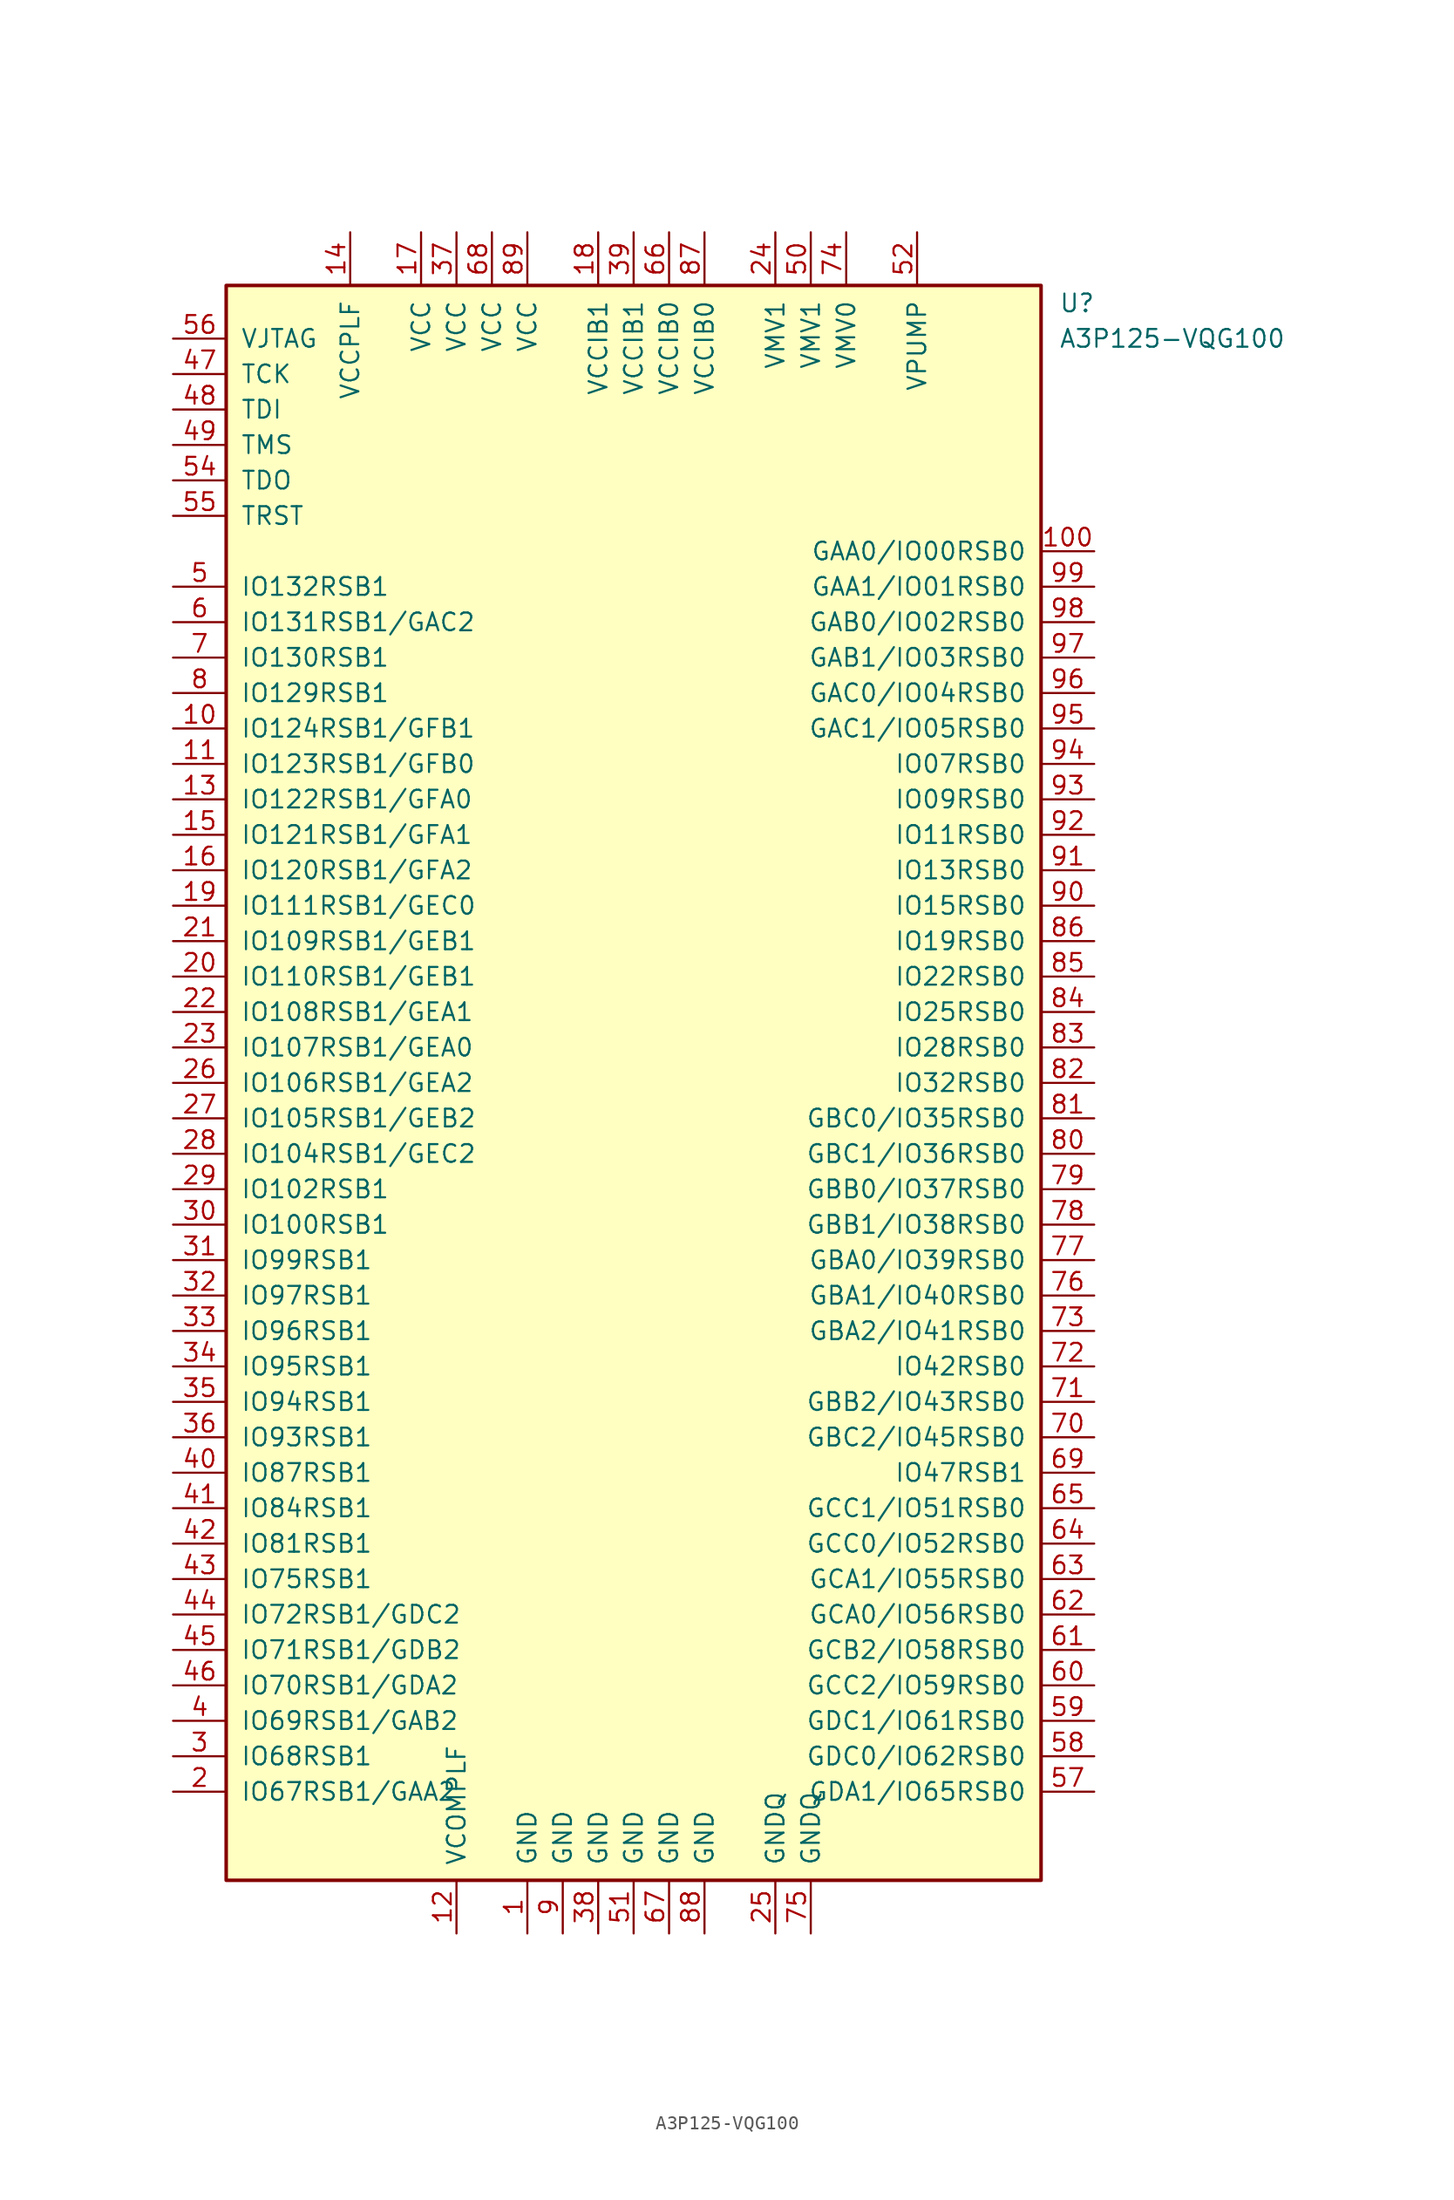
<source format=kicad_sym>
(kicad_symbol_lib
  (version 20201005)
  (generator kicad_symbol_editor)
  (symbol "FPGA_Microsemi:A3P125-VQG100"
    (pin_names
      (offset 1.016))
    (property "Reference" "U"
      (at 30.48 55.88 0)
      (effects (font (size 1.27 1.27)) (justify left)))
    (property "Value" "A3P125-VQG100"
      (at 30.48 53.34 0)
      (effects (font (size 1.27 1.27)) (justify left)))
    (symbol "A3P125-VQG100_0_1"
      (rectangle (start -29.21 57.15) (end 29.21 -57.15) (stroke (width 0.254)) (fill (type background))))
    (symbol "A3P125-VQG100_1_1"
      (pin power_in line (at -7.62 -60.96 90) (length 3.81) (name "GND" (effects (font (size 1.27 1.27)))) (number "1" (effects (font (size 1.27 1.27)))))
      (pin bidirectional line (at -33.02 25.4 0) (length 3.81) (name "IO124RSB1/GFB1" (effects (font (size 1.27 1.27)))) (number "10" (effects (font (size 1.27 1.27)))))
      (pin bidirectional line (at 33.02 38.1 180) (length 3.81) (name "GAA0/IO00RSB0" (effects (font (size 1.27 1.27)))) (number "100" (effects (font (size 1.27 1.27)))))
      (pin bidirectional line (at -33.02 22.86 0) (length 3.81) (name "IO123RSB1/GFB0" (effects (font (size 1.27 1.27)))) (number "11" (effects (font (size 1.27 1.27)))))
      (pin power_in line (at -12.7 -60.96 90) (length 3.81) (name "VCOMPLF" (effects (font (size 1.27 1.27)))) (number "12" (effects (font (size 1.27 1.27)))))
      (pin bidirectional line (at -33.02 20.32 0) (length 3.81) (name "IO122RSB1/GFA0" (effects (font (size 1.27 1.27)))) (number "13" (effects (font (size 1.27 1.27)))))
      (pin power_in line (at -20.32 60.96 270) (length 3.81) (name "VCCPLF" (effects (font (size 1.27 1.27)))) (number "14" (effects (font (size 1.27 1.27)))))
      (pin bidirectional line (at -33.02 17.78 0) (length 3.81) (name "IO121RSB1/GFA1" (effects (font (size 1.27 1.27)))) (number "15" (effects (font (size 1.27 1.27)))))
      (pin bidirectional line (at -33.02 15.24 0) (length 3.81) (name "IO120RSB1/GFA2" (effects (font (size 1.27 1.27)))) (number "16" (effects (font (size 1.27 1.27)))))
      (pin power_in line (at -15.24 60.96 270) (length 3.81) (name "VCC" (effects (font (size 1.27 1.27)))) (number "17" (effects (font (size 1.27 1.27)))))
      (pin power_in line (at -2.54 60.96 270) (length 3.81) (name "VCCIB1" (effects (font (size 1.27 1.27)))) (number "18" (effects (font (size 1.27 1.27)))))
      (pin bidirectional line (at -33.02 12.7 0) (length 3.81) (name "IO111RSB1/GEC0" (effects (font (size 1.27 1.27)))) (number "19" (effects (font (size 1.27 1.27)))))
      (pin bidirectional line (at -33.02 -50.8 0) (length 3.81) (name "IO67RSB1/GAA2" (effects (font (size 1.27 1.27)))) (number "2" (effects (font (size 1.27 1.27)))))
      (pin bidirectional line (at -33.02 7.62 0) (length 3.81) (name "IO110RSB1/GEB1" (effects (font (size 1.27 1.27)))) (number "20" (effects (font (size 1.27 1.27)))))
      (pin bidirectional line (at -33.02 10.16 0) (length 3.81) (name "IO109RSB1/GEB1" (effects (font (size 1.27 1.27)))) (number "21" (effects (font (size 1.27 1.27)))))
      (pin bidirectional line (at -33.02 5.08 0) (length 3.81) (name "IO108RSB1/GEA1" (effects (font (size 1.27 1.27)))) (number "22" (effects (font (size 1.27 1.27)))))
      (pin bidirectional line (at -33.02 2.54 0) (length 3.81) (name "IO107RSB1/GEA0" (effects (font (size 1.27 1.27)))) (number "23" (effects (font (size 1.27 1.27)))))
      (pin power_in line (at 10.16 60.96 270) (length 3.81) (name "VMV1" (effects (font (size 1.27 1.27)))) (number "24" (effects (font (size 1.27 1.27)))))
      (pin power_in line (at 10.16 -60.96 90) (length 3.81) (name "GNDQ" (effects (font (size 1.27 1.27)))) (number "25" (effects (font (size 1.27 1.27)))))
      (pin bidirectional line (at -33.02 0 0) (length 3.81) (name "IO106RSB1/GEA2" (effects (font (size 1.27 1.27)))) (number "26" (effects (font (size 1.27 1.27)))))
      (pin bidirectional line (at -33.02 -2.54 0) (length 3.81) (name "IO105RSB1/GEB2" (effects (font (size 1.27 1.27)))) (number "27" (effects (font (size 1.27 1.27)))))
      (pin bidirectional line (at -33.02 -5.08 0) (length 3.81) (name "IO104RSB1/GEC2" (effects (font (size 1.27 1.27)))) (number "28" (effects (font (size 1.27 1.27)))))
      (pin bidirectional line (at -33.02 -7.62 0) (length 3.81) (name "IO102RSB1" (effects (font (size 1.27 1.27)))) (number "29" (effects (font (size 1.27 1.27)))))
      (pin bidirectional line (at -33.02 -48.26 0) (length 3.81) (name "IO68RSB1" (effects (font (size 1.27 1.27)))) (number "3" (effects (font (size 1.27 1.27)))))
      (pin bidirectional line (at -33.02 -10.16 0) (length 3.81) (name "IO100RSB1" (effects (font (size 1.27 1.27)))) (number "30" (effects (font (size 1.27 1.27)))))
      (pin bidirectional line (at -33.02 -12.7 0) (length 3.81) (name "IO99RSB1" (effects (font (size 1.27 1.27)))) (number "31" (effects (font (size 1.27 1.27)))))
      (pin bidirectional line (at -33.02 -15.24 0) (length 3.81) (name "IO97RSB1" (effects (font (size 1.27 1.27)))) (number "32" (effects (font (size 1.27 1.27)))))
      (pin bidirectional line (at -33.02 -17.78 0) (length 3.81) (name "IO96RSB1" (effects (font (size 1.27 1.27)))) (number "33" (effects (font (size 1.27 1.27)))))
      (pin bidirectional line (at -33.02 -20.32 0) (length 3.81) (name "IO95RSB1" (effects (font (size 1.27 1.27)))) (number "34" (effects (font (size 1.27 1.27)))))
      (pin bidirectional line (at -33.02 -22.86 0) (length 3.81) (name "IO94RSB1" (effects (font (size 1.27 1.27)))) (number "35" (effects (font (size 1.27 1.27)))))
      (pin bidirectional line (at -33.02 -25.4 0) (length 3.81) (name "IO93RSB1" (effects (font (size 1.27 1.27)))) (number "36" (effects (font (size 1.27 1.27)))))
      (pin power_in line (at -12.7 60.96 270) (length 3.81) (name "VCC" (effects (font (size 1.27 1.27)))) (number "37" (effects (font (size 1.27 1.27)))))
      (pin power_in line (at -2.54 -60.96 90) (length 3.81) (name "GND" (effects (font (size 1.27 1.27)))) (number "38" (effects (font (size 1.27 1.27)))))
      (pin power_in line (at 0 60.96 270) (length 3.81) (name "VCCIB1" (effects (font (size 1.27 1.27)))) (number "39" (effects (font (size 1.27 1.27)))))
      (pin bidirectional line (at -33.02 -45.72 0) (length 3.81) (name "IO69RSB1/GAB2" (effects (font (size 1.27 1.27)))) (number "4" (effects (font (size 1.27 1.27)))))
      (pin bidirectional line (at -33.02 -27.94 0) (length 3.81) (name "IO87RSB1" (effects (font (size 1.27 1.27)))) (number "40" (effects (font (size 1.27 1.27)))))
      (pin bidirectional line (at -33.02 -30.48 0) (length 3.81) (name "IO84RSB1" (effects (font (size 1.27 1.27)))) (number "41" (effects (font (size 1.27 1.27)))))
      (pin bidirectional line (at -33.02 -33.02 0) (length 3.81) (name "IO81RSB1" (effects (font (size 1.27 1.27)))) (number "42" (effects (font (size 1.27 1.27)))))
      (pin bidirectional line (at -33.02 -35.56 0) (length 3.81) (name "IO75RSB1" (effects (font (size 1.27 1.27)))) (number "43" (effects (font (size 1.27 1.27)))))
      (pin bidirectional line (at -33.02 -38.1 0) (length 3.81) (name "IO72RSB1/GDC2" (effects (font (size 1.27 1.27)))) (number "44" (effects (font (size 1.27 1.27)))))
      (pin bidirectional line (at -33.02 -40.64 0) (length 3.81) (name "IO71RSB1/GDB2" (effects (font (size 1.27 1.27)))) (number "45" (effects (font (size 1.27 1.27)))))
      (pin bidirectional line (at -33.02 -43.18 0) (length 3.81) (name "IO70RSB1/GDA2" (effects (font (size 1.27 1.27)))) (number "46" (effects (font (size 1.27 1.27)))))
      (pin bidirectional line (at -33.02 50.8 0) (length 3.81) (name "TCK" (effects (font (size 1.27 1.27)))) (number "47" (effects (font (size 1.27 1.27)))))
      (pin bidirectional line (at -33.02 48.26 0) (length 3.81) (name "TDI" (effects (font (size 1.27 1.27)))) (number "48" (effects (font (size 1.27 1.27)))))
      (pin bidirectional line (at -33.02 45.72 0) (length 3.81) (name "TMS" (effects (font (size 1.27 1.27)))) (number "49" (effects (font (size 1.27 1.27)))))
      (pin bidirectional line (at -33.02 35.56 0) (length 3.81) (name "IO132RSB1" (effects (font (size 1.27 1.27)))) (number "5" (effects (font (size 1.27 1.27)))))
      (pin power_in line (at 12.7 60.96 270) (length 3.81) (name "VMV1" (effects (font (size 1.27 1.27)))) (number "50" (effects (font (size 1.27 1.27)))))
      (pin power_in line (at 0 -60.96 90) (length 3.81) (name "GND" (effects (font (size 1.27 1.27)))) (number "51" (effects (font (size 1.27 1.27)))))
      (pin power_in line (at 20.32 60.96 270) (length 3.81) (name "VPUMP" (effects (font (size 1.27 1.27)))) (number "52" (effects (font (size 1.27 1.27)))))
      (pin bidirectional line (at -33.02 43.18 0) (length 3.81) (name "TDO" (effects (font (size 1.27 1.27)))) (number "54" (effects (font (size 1.27 1.27)))))
      (pin bidirectional line (at -33.02 40.64 0) (length 3.81) (name "TRST" (effects (font (size 1.27 1.27)))) (number "55" (effects (font (size 1.27 1.27)))))
      (pin bidirectional line (at -33.02 53.34 0) (length 3.81) (name "VJTAG" (effects (font (size 1.27 1.27)))) (number "56" (effects (font (size 1.27 1.27)))))
      (pin bidirectional line (at 33.02 -50.8 180) (length 3.81) (name "GDA1/IO65RSB0" (effects (font (size 1.27 1.27)))) (number "57" (effects (font (size 1.27 1.27)))))
      (pin bidirectional line (at 33.02 -48.26 180) (length 3.81) (name "GDC0/IO62RSB0" (effects (font (size 1.27 1.27)))) (number "58" (effects (font (size 1.27 1.27)))))
      (pin bidirectional line (at 33.02 -45.72 180) (length 3.81) (name "GDC1/IO61RSB0" (effects (font (size 1.27 1.27)))) (number "59" (effects (font (size 1.27 1.27)))))
      (pin bidirectional line (at -33.02 33.02 0) (length 3.81) (name "IO131RSB1/GAC2" (effects (font (size 1.27 1.27)))) (number "6" (effects (font (size 1.27 1.27)))))
      (pin bidirectional line (at 33.02 -43.18 180) (length 3.81) (name "GCC2/IO59RSB0" (effects (font (size 1.27 1.27)))) (number "60" (effects (font (size 1.27 1.27)))))
      (pin bidirectional line (at 33.02 -40.64 180) (length 3.81) (name "GCB2/IO58RSB0" (effects (font (size 1.27 1.27)))) (number "61" (effects (font (size 1.27 1.27)))))
      (pin bidirectional line (at 33.02 -38.1 180) (length 3.81) (name "GCA0/IO56RSB0" (effects (font (size 1.27 1.27)))) (number "62" (effects (font (size 1.27 1.27)))))
      (pin bidirectional line (at 33.02 -35.56 180) (length 3.81) (name "GCA1/IO55RSB0" (effects (font (size 1.27 1.27)))) (number "63" (effects (font (size 1.27 1.27)))))
      (pin bidirectional line (at 33.02 -33.02 180) (length 3.81) (name "GCC0/IO52RSB0" (effects (font (size 1.27 1.27)))) (number "64" (effects (font (size 1.27 1.27)))))
      (pin bidirectional line (at 33.02 -30.48 180) (length 3.81) (name "GCC1/IO51RSB0" (effects (font (size 1.27 1.27)))) (number "65" (effects (font (size 1.27 1.27)))))
      (pin power_in line (at 2.54 60.96 270) (length 3.81) (name "VCCIB0" (effects (font (size 1.27 1.27)))) (number "66" (effects (font (size 1.27 1.27)))))
      (pin power_in line (at 2.54 -60.96 90) (length 3.81) (name "GND" (effects (font (size 1.27 1.27)))) (number "67" (effects (font (size 1.27 1.27)))))
      (pin power_in line (at -10.16 60.96 270) (length 3.81) (name "VCC" (effects (font (size 1.27 1.27)))) (number "68" (effects (font (size 1.27 1.27)))))
      (pin bidirectional line (at 33.02 -27.94 180) (length 3.81) (name "IO47RSB1" (effects (font (size 1.27 1.27)))) (number "69" (effects (font (size 1.27 1.27)))))
      (pin input line (at -33.02 30.48 0) (length 3.81) (name "IO130RSB1" (effects (font (size 1.27 1.27)))) (number "7" (effects (font (size 1.27 1.27)))))
      (pin bidirectional line (at 33.02 -25.4 180) (length 3.81) (name "GBC2/IO45RSB0" (effects (font (size 1.27 1.27)))) (number "70" (effects (font (size 1.27 1.27)))))
      (pin bidirectional line (at 33.02 -22.86 180) (length 3.81) (name "GBB2/IO43RSB0" (effects (font (size 1.27 1.27)))) (number "71" (effects (font (size 1.27 1.27)))))
      (pin bidirectional line (at 33.02 -20.32 180) (length 3.81) (name "IO42RSB0" (effects (font (size 1.27 1.27)))) (number "72" (effects (font (size 1.27 1.27)))))
      (pin bidirectional line (at 33.02 -17.78 180) (length 3.81) (name "GBA2/IO41RSB0" (effects (font (size 1.27 1.27)))) (number "73" (effects (font (size 1.27 1.27)))))
      (pin power_in line (at 15.24 60.96 270) (length 3.81) (name "VMV0" (effects (font (size 1.27 1.27)))) (number "74" (effects (font (size 1.27 1.27)))))
      (pin power_in line (at 12.7 -60.96 90) (length 3.81) (name "GNDQ" (effects (font (size 1.27 1.27)))) (number "75" (effects (font (size 1.27 1.27)))))
      (pin bidirectional line (at 33.02 -15.24 180) (length 3.81) (name "GBA1/IO40RSB0" (effects (font (size 1.27 1.27)))) (number "76" (effects (font (size 1.27 1.27)))))
      (pin bidirectional line (at 33.02 -12.7 180) (length 3.81) (name "GBA0/IO39RSB0" (effects (font (size 1.27 1.27)))) (number "77" (effects (font (size 1.27 1.27)))))
      (pin bidirectional line (at 33.02 -10.16 180) (length 3.81) (name "GBB1/IO38RSB0" (effects (font (size 1.27 1.27)))) (number "78" (effects (font (size 1.27 1.27)))))
      (pin bidirectional line (at 33.02 -7.62 180) (length 3.81) (name "GBB0/IO37RSB0" (effects (font (size 1.27 1.27)))) (number "79" (effects (font (size 1.27 1.27)))))
      (pin bidirectional line (at -33.02 27.94 0) (length 3.81) (name "IO129RSB1" (effects (font (size 1.27 1.27)))) (number "8" (effects (font (size 1.27 1.27)))))
      (pin bidirectional line (at 33.02 -5.08 180) (length 3.81) (name "GBC1/IO36RSB0" (effects (font (size 1.27 1.27)))) (number "80" (effects (font (size 1.27 1.27)))))
      (pin bidirectional line (at 33.02 -2.54 180) (length 3.81) (name "GBC0/IO35RSB0" (effects (font (size 1.27 1.27)))) (number "81" (effects (font (size 1.27 1.27)))))
      (pin bidirectional line (at 33.02 0 180) (length 3.81) (name "IO32RSB0" (effects (font (size 1.27 1.27)))) (number "82" (effects (font (size 1.27 1.27)))))
      (pin bidirectional line (at 33.02 2.54 180) (length 3.81) (name "IO28RSB0" (effects (font (size 1.27 1.27)))) (number "83" (effects (font (size 1.27 1.27)))))
      (pin bidirectional line (at 33.02 5.08 180) (length 3.81) (name "IO25RSB0" (effects (font (size 1.27 1.27)))) (number "84" (effects (font (size 1.27 1.27)))))
      (pin bidirectional line (at 33.02 7.62 180) (length 3.81) (name "IO22RSB0" (effects (font (size 1.27 1.27)))) (number "85" (effects (font (size 1.27 1.27)))))
      (pin bidirectional line (at 33.02 10.16 180) (length 3.81) (name "IO19RSB0" (effects (font (size 1.27 1.27)))) (number "86" (effects (font (size 1.27 1.27)))))
      (pin power_in line (at 5.08 60.96 270) (length 3.81) (name "VCCIB0" (effects (font (size 1.27 1.27)))) (number "87" (effects (font (size 1.27 1.27)))))
      (pin power_in line (at 5.08 -60.96 90) (length 3.81) (name "GND" (effects (font (size 1.27 1.27)))) (number "88" (effects (font (size 1.27 1.27)))))
      (pin power_in line (at -7.62 60.96 270) (length 3.81) (name "VCC" (effects (font (size 1.27 1.27)))) (number "89" (effects (font (size 1.27 1.27)))))
      (pin power_in line (at -5.08 -60.96 90) (length 3.81) (name "GND" (effects (font (size 1.27 1.27)))) (number "9" (effects (font (size 1.27 1.27)))))
      (pin input line (at 33.02 12.7 180) (length 3.81) (name "IO15RSB0" (effects (font (size 1.27 1.27)))) (number "90" (effects (font (size 1.27 1.27)))))
      (pin bidirectional line (at 33.02 15.24 180) (length 3.81) (name "IO13RSB0" (effects (font (size 1.27 1.27)))) (number "91" (effects (font (size 1.27 1.27)))))
      (pin bidirectional line (at 33.02 17.78 180) (length 3.81) (name "IO11RSB0" (effects (font (size 1.27 1.27)))) (number "92" (effects (font (size 1.27 1.27)))))
      (pin bidirectional line (at 33.02 20.32 180) (length 3.81) (name "IO09RSB0" (effects (font (size 1.27 1.27)))) (number "93" (effects (font (size 1.27 1.27)))))
      (pin bidirectional line (at 33.02 22.86 180) (length 3.81) (name "IO07RSB0" (effects (font (size 1.27 1.27)))) (number "94" (effects (font (size 1.27 1.27)))))
      (pin bidirectional line (at 33.02 25.4 180) (length 3.81) (name "GAC1/IO05RSB0" (effects (font (size 1.27 1.27)))) (number "95" (effects (font (size 1.27 1.27)))))
      (pin bidirectional line (at 33.02 27.94 180) (length 3.81) (name "GAC0/IO04RSB0" (effects (font (size 1.27 1.27)))) (number "96" (effects (font (size 1.27 1.27)))))
      (pin bidirectional line (at 33.02 30.48 180) (length 3.81) (name "GAB1/IO03RSB0" (effects (font (size 1.27 1.27)))) (number "97" (effects (font (size 1.27 1.27)))))
      (pin bidirectional line (at 33.02 33.02 180) (length 3.81) (name "GAB0/IO02RSB0" (effects (font (size 1.27 1.27)))) (number "98" (effects (font (size 1.27 1.27)))))
      (pin bidirectional line (at 33.02 35.56 180) (length 3.81) (name "GAA1/IO01RSB0" (effects (font (size 1.27 1.27)))) (number "99" (effects (font (size 1.27 1.27))))))))
</source>
